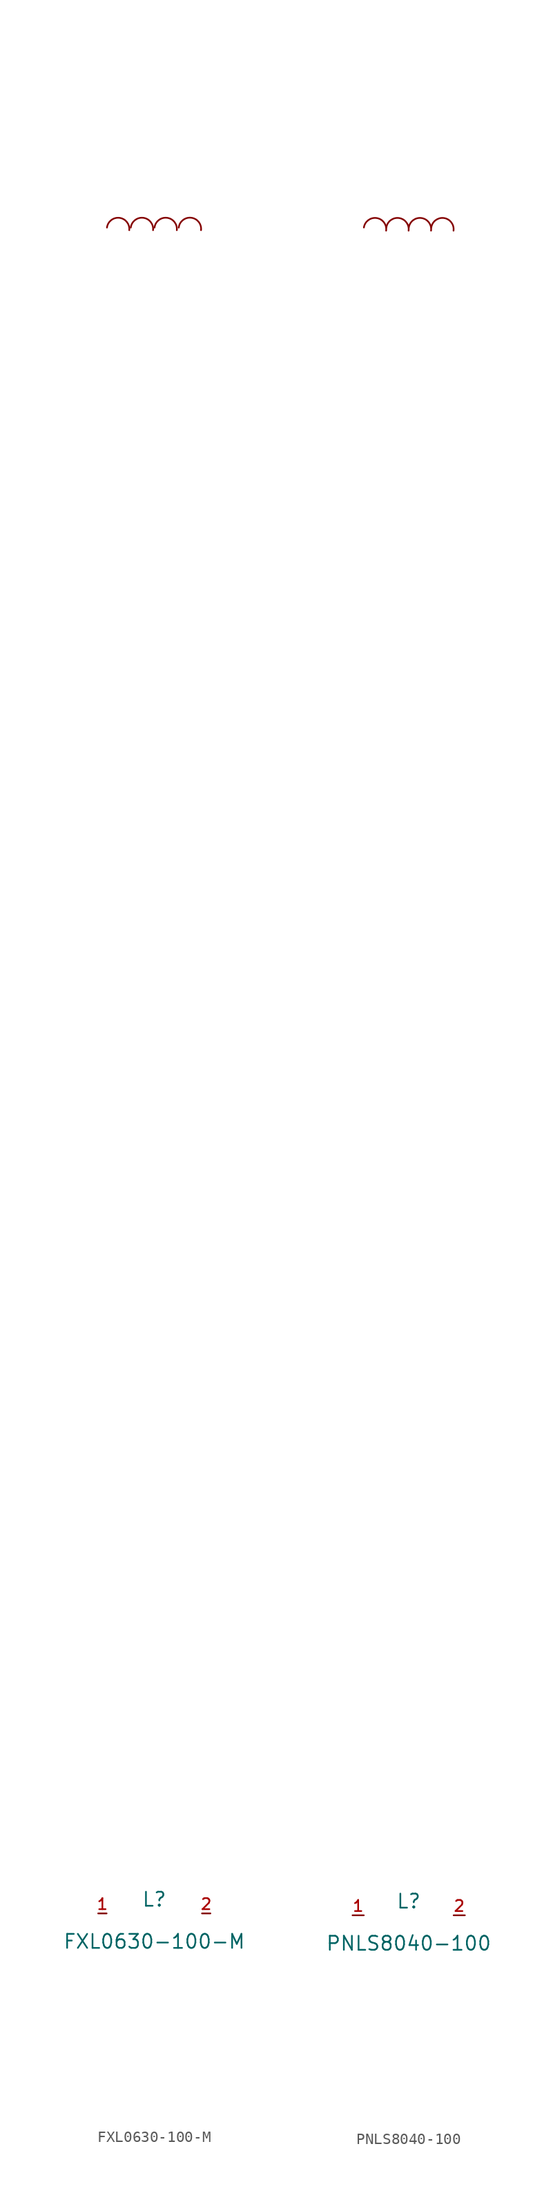
<source format=kicad_sym>
(kicad_symbol_lib
  (version 20210201)
  (generator TousstNicolas/JLC2KiCad_lib)
  (symbol "FXL0630-100-M"
    (pin_names hide)
    (property "Reference" "L"
      (at 0 1.27 0)
      (effects (font (size 1.27 1.27))))
    (property "Value" "FXL0630-100-M"
      (at 0 -2.54 0)
      (effects (font (size 1.27 1.27))))
    (symbol "FXL0630-100-M_0_1"
      (pin unspecified line (at 5.08 -0.0 180) (length 0.762) (name "2" (effects (font (size 1 1)))) (number "2" (effects (font (size 1 1)))))
      (pin unspecified line (at -5.08 -0.0 0) (length 0.762) (name "1" (effects (font (size 1 1)))) (number "1" (effects (font (size 1 1)))))
      (arc (start -2.2675798317689098 152.26577474375057) (mid -3.1589675383294846 153.39269454626879) (end -4.285887329344515 152.50130682516553) (stroke (width 0) (type default) (color 0 0 0 0)) (fill (type none)))
      (arc (start -0.11289020511819081 152.26516817215807) (mid -1.0043096562459306 153.39206286199257) (end -2.131204336687783 152.50064339899106) (stroke (width 0) (type default) (color 0 0 0 0)) (fill (type none)))
      (arc (start 2.037732096126408 152.26516817215807) (mid 1.146312644998668 153.39206286199257) (end 0.019417964556815614 152.50064339899106) (stroke (width 0) (type default) (color 0 0 0 0)) (fill (type none)))
      (arc (start 4.230518481699189 152.26567617317409) (mid 3.339099030571449 153.3925708630086) (end 2.2122043501295967 152.50115140000707) (stroke (width 0) (type default) (color 0 0 0 0)) (fill (type none)))))
  (symbol "PNLS8040-100"
    (pin_names hide)
    (property "Reference" "L"
      (at 0 1.27 0)
      (effects (font (size 1.27 1.27))))
    (property "Value" "PNLS8040-100"
      (at 0 -2.54 0)
      (effects (font (size 1.27 1.27))))
    (symbol "PNLS8040-100_0_1"
      (pin unspecified line (at 5.08 -0.0 180) (length 1.016) (name "2" (effects (font (size 1 1)))) (number "2" (effects (font (size 1 1)))))
      (pin unspecified line (at -5.08 -0.0 0) (length 1.016) (name "1" (effects (font (size 1 1)))) (number "1" (effects (font (size 1 1)))))
      (arc (start -2.041878763884499 152.2589971530446) (mid -2.9066984615212488 153.40643219490732) (end -4.0541334922236425 152.54161248246314) (stroke (width 0) (type default) (color 0 0 0 0)) (fill (type none)))
      (arc (start -0.009874699876370796 152.2589971530446) (mid -0.8746943975131207 153.40643219490732) (end -2.0221294282155147 152.54161248246314) (stroke (width 0) (type default) (color 0 0 0 0)) (fill (type none)))
      (arc (start 4.0541334281398855 152.2589971530446) (mid 3.1893137305031356 153.40643219490732) (end 2.0418786998007414 152.54161248246314) (stroke (width 0) (type default) (color 0 0 0 0)) (fill (type none)))
      (arc (start 2.0221293641317573 152.2589971530446) (mid 1.1573096664950073 153.40643219490732) (end 0.009874635792613502 152.54161248246314) (stroke (width 0) (type default) (color 0 0 0 0)) (fill (type none))))))
</source>
